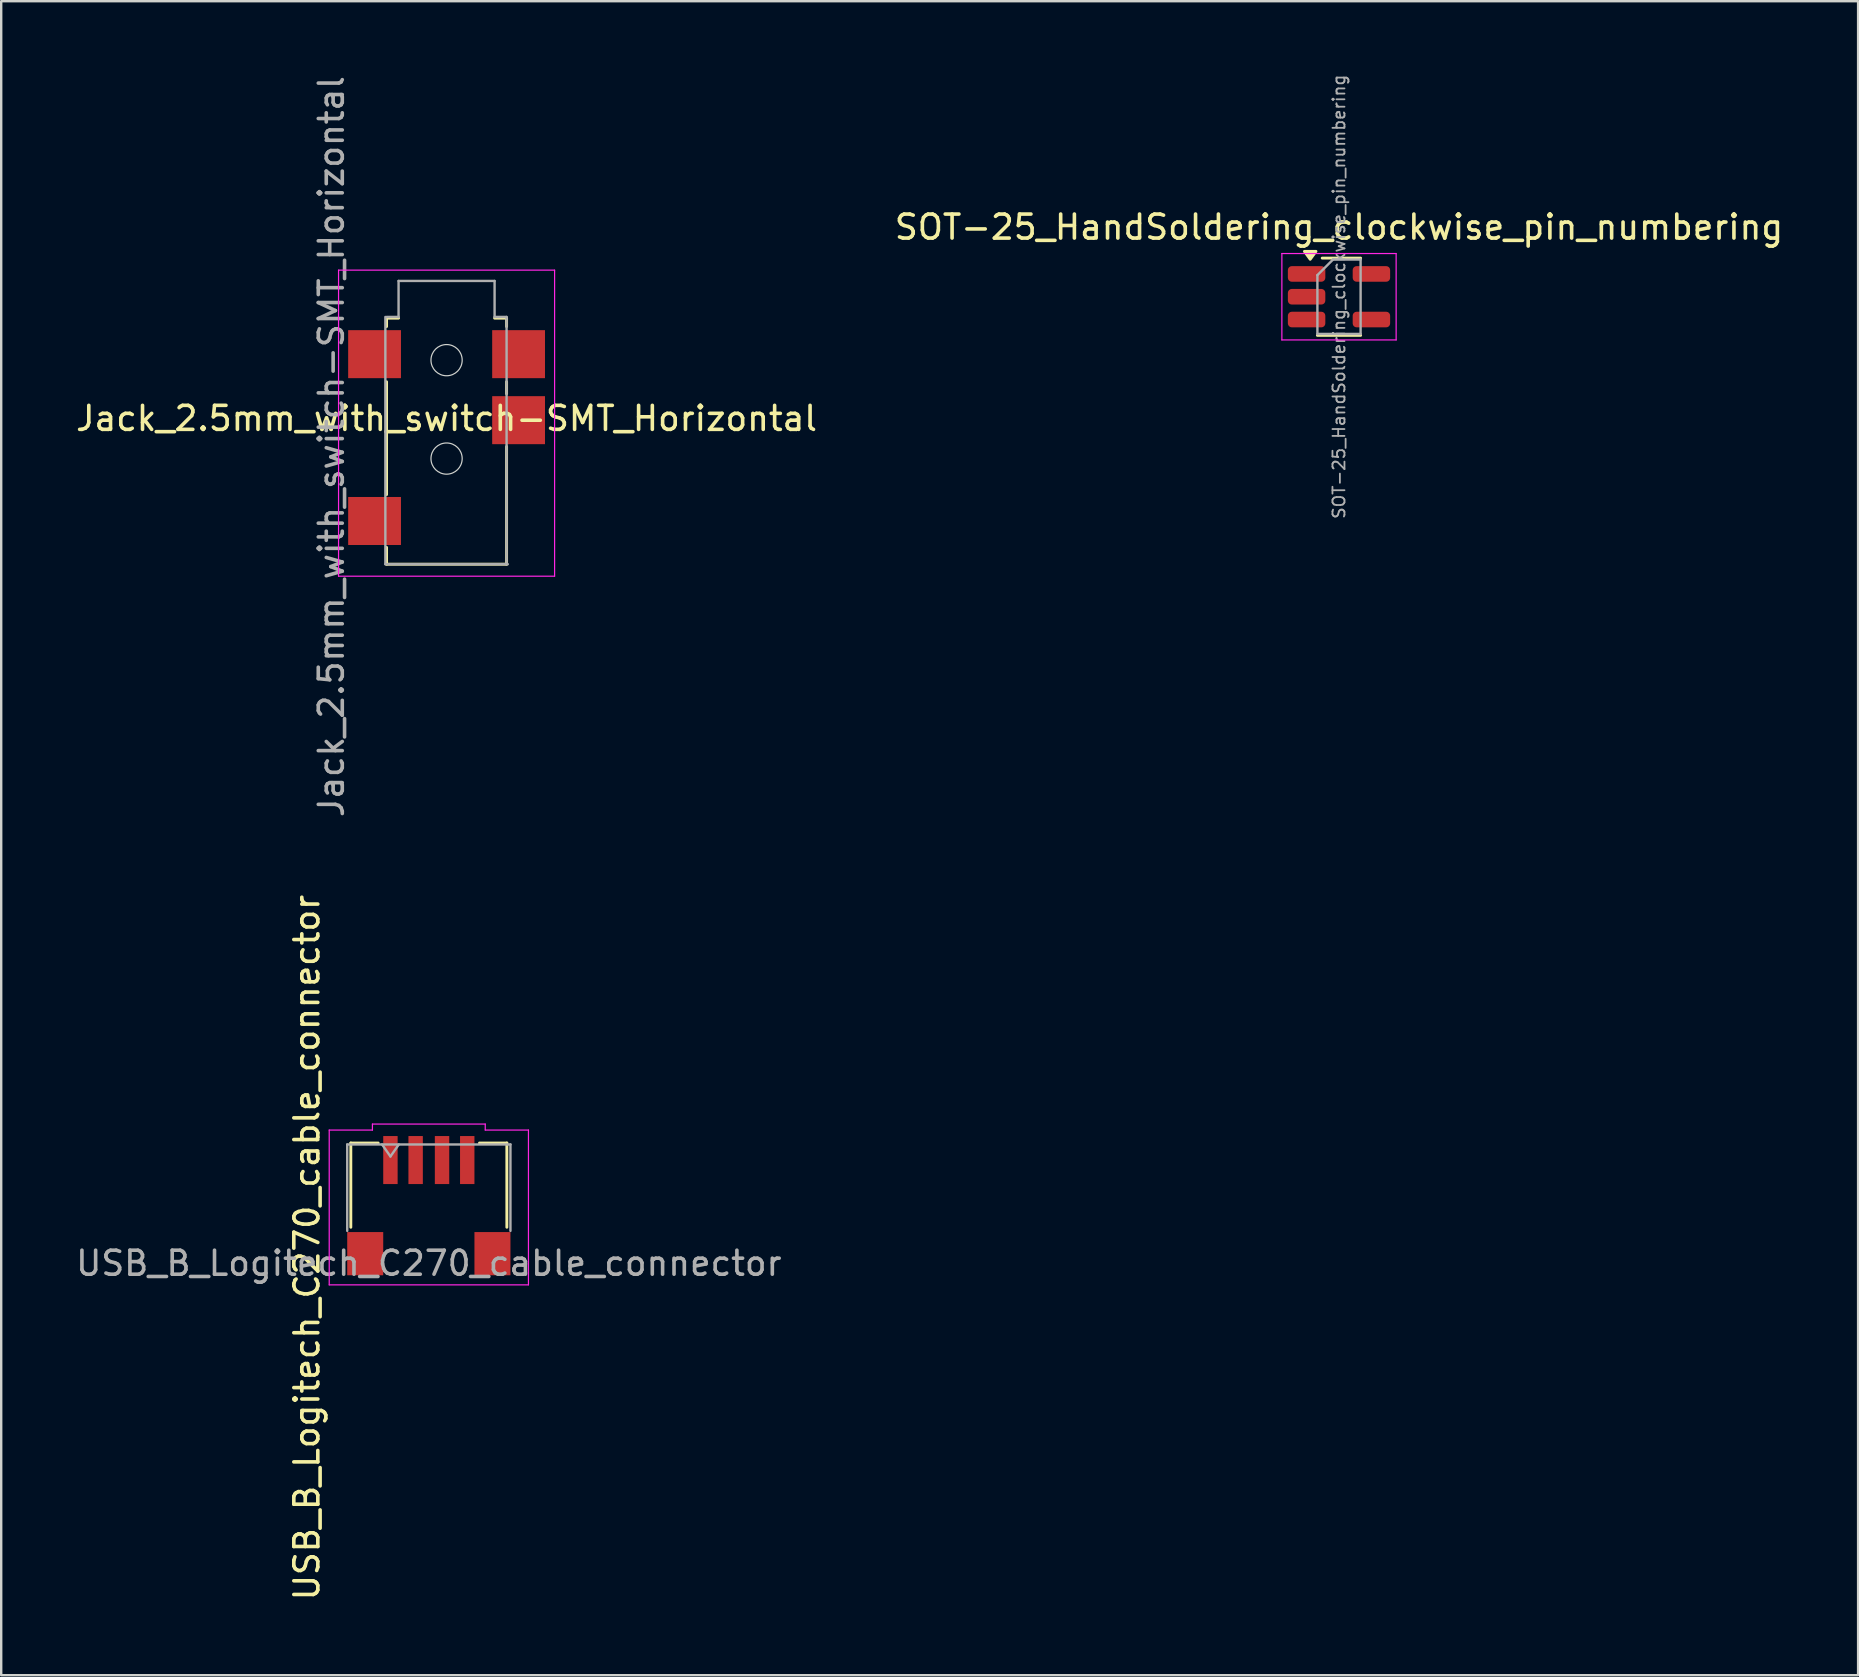
<source format=kicad_pcb>
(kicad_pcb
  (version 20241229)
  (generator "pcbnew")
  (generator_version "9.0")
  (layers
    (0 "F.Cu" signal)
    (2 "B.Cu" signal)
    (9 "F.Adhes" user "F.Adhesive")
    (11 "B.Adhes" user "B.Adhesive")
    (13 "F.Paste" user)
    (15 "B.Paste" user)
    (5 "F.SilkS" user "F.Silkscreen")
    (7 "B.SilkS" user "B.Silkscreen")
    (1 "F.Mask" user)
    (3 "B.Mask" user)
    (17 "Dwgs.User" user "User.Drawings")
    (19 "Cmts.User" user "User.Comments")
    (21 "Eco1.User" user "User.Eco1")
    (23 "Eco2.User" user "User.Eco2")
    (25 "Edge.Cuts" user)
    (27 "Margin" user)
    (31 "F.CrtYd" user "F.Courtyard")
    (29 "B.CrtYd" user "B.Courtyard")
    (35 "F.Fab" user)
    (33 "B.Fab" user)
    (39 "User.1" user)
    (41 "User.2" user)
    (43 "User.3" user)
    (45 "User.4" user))
  (footprint "Jack_2.5mm_with_switch-SMT_Horizontal"
    (layer "F.Cu")
    (at 15.554 14.454)
    (property "Reference" "Jack_2.5mm_with_switch-SMT_Horizontal" (at 0 -0.072 180) (layer "F.SilkS") (effects (font (size 1 1) (thickness 0.15))))
    (attr smd)
    (fp_line (start -2.5 -4.25) (end -2 -4.25) (stroke (width 0.12) (type solid)) (layer "F.SilkS"))
    (fp_line (start -2.5 -3.9) (end -2.5 -4.25) (stroke (width 0.12) (type solid)) (layer "F.SilkS"))
    (fp_line (start -2.5 3.1) (end -2.5 -1.6) (stroke (width 0.12) (type solid)) (layer "F.SilkS"))
    (fp_line (start -2.5 6) (end -2.5 5.3) (stroke (width 0.12) (type solid)) (layer "F.SilkS"))
    (fp_line (start 2 -4.25) (end 2.5 -4.25) (stroke (width 0.12) (type solid)) (layer "F.SilkS"))
    (fp_line (start 2.5 -4.25) (end 2.5 -3.9) (stroke (width 0.12) (type solid)) (layer "F.SilkS"))
    (fp_line (start 2.5 -1.6) (end 2.5 -1.1) (stroke (width 0.12) (type solid)) (layer "F.SilkS"))
    (fp_line (start 2.5 1.1) (end 2.5 6) (stroke (width 0.12) (type solid)) (layer "F.SilkS"))
    (fp_line (start 2.5 6) (end -2.5 6) (stroke (width 0.12) (type solid)) (layer "F.SilkS"))
    (fp_circle (center 0 -2.5) (end 0.65 -2.5) (stroke (width 0.05) (type default)) (fill no) (layer "Edge.Cuts"))
    (fp_circle (center 0 1.6) (end 0.65 1.6) (stroke (width 0.05) (type default)) (fill no) (layer "Edge.Cuts"))
    (fp_line (start -4.5 -6.25) (end 4.5 -6.25) (stroke (width 0.05) (type solid)) (layer "F.CrtYd"))
    (fp_line (start -4.5 6.5) (end -4.5 -6.25) (stroke (width 0.05) (type solid)) (layer "F.CrtYd"))
    (fp_line (start 4.5 -6.25) (end 4.5 6.5) (stroke (width 0.05) (type solid)) (layer "F.CrtYd"))
    (fp_line (start 4.5 6.5) (end -4.5 6.5) (stroke (width 0.05) (type solid)) (layer "F.CrtYd"))
    (fp_line (start -2.55 6) (end -2.55 -4.3) (stroke (width 0.1) (type solid)) (layer "F.Fab"))
    (fp_line (start -2.5 -4.3) (end -2 -4.3) (stroke (width 0.1) (type solid)) (layer "F.Fab"))
    (fp_line (start -2 -5.8) (end 2 -5.8) (stroke (width 0.1) (type solid)) (layer "F.Fab"))
    (fp_line (start -2 -4.3) (end -2 -5.8) (stroke (width 0.1) (type solid)) (layer "F.Fab"))
    (fp_line (start 2 -5.8) (end 2 -4.3) (stroke (width 0.1) (type solid)) (layer "F.Fab"))
    (fp_line (start 2 -4.3) (end 2.5 -4.3) (stroke (width 0.1) (type solid)) (layer "F.Fab"))
    (fp_line (start 2.5 -4.3) (end 2.5 6) (stroke (width 0.1) (type solid)) (layer "F.Fab"))
    (fp_line (start 2.55 6) (end -2.55 6) (stroke (width 0.1) (type solid)) (layer "F.Fab"))
    (fp_text user "${REFERENCE}" (at -4.8 1.1 270) (layer "F.Fab") (effects (font (size 1 1) (thickness 0.15))))
    (pad "R" smd rect (at 3 0) (size 2.2 2) (layers "F.Cu" "F.Mask" "F.Paste"))
    (pad "S" smd rect (at 3 -2.75) (size 2.2 2) (layers "F.Cu" "F.Mask" "F.Paste"))
    (pad "SN" smd rect (at -3 -2.75) (size 2.2 2) (layers "F.Cu" "F.Mask" "F.Paste"))
    (pad "T" smd rect (at -3 4.2) (size 2.2 2) (layers "F.Cu" "F.Mask" "F.Paste")))
  (footprint "SOT-25_HandSoldering_clockwise_pin_numbering"
    (layer "F.Cu")
    (at 52.732 9.312)
    (property "Reference" "SOT-25_HandSoldering_clockwise_pin_numbering" (at 0 -2.9 0) (layer "F.SilkS") (effects (font (size 1 1) (thickness 0.15))))
    (attr smd)
    (fp_line (start -0.9 1.61) (end 0.9 1.61) (stroke (width 0.12) (type solid)) (layer "F.SilkS"))
    (fp_line (start 0.1 -1.61) (end -0.7 -1.61) (stroke (width 0.12) (type solid)) (layer "F.SilkS"))
    (fp_line (start 0.1 -1.61) (end 0.9 -1.61) (stroke (width 0.12) (type solid)) (layer "F.SilkS"))
    (fp_poly (pts (xy -1.2 -1.56) (xy -1.44 -1.89) (xy -0.96 -1.89) (xy -1.2 -1.56)) (stroke (width 0.12) (type solid)) (fill yes) (layer "F.SilkS"))
    (fp_line (start -2.38 -1.8) (end -2.38 1.8) (stroke (width 0.05) (type solid)) (layer "F.CrtYd"))
    (fp_line (start -2.38 -1.8) (end 2.38 -1.8) (stroke (width 0.05) (type solid)) (layer "F.CrtYd"))
    (fp_line (start 2.38 1.8) (end -2.38 1.8) (stroke (width 0.05) (type solid)) (layer "F.CrtYd"))
    (fp_line (start 2.38 1.8) (end 2.38 -1.8) (stroke (width 0.05) (type solid)) (layer "F.CrtYd"))
    (fp_line (start -0.9 -0.9) (end -0.9 1.55) (stroke (width 0.1) (type solid)) (layer "F.Fab"))
    (fp_line (start -0.9 -0.9) (end -0.25 -1.55) (stroke (width 0.1) (type solid)) (layer "F.Fab"))
    (fp_line (start 0.9 -1.55) (end -0.25 -1.55) (stroke (width 0.1) (type solid)) (layer "F.Fab"))
    (fp_line (start 0.9 -1.55) (end 0.9 1.55) (stroke (width 0.1) (type solid)) (layer "F.Fab"))
    (fp_line (start 0.9 1.55) (end -0.9 1.55) (stroke (width 0.1) (type solid)) (layer "F.Fab"))
    (fp_text user "${REFERENCE}" (at 0 0 90) (layer "F.Fab") (effects (font (size 0.5 0.5) (thickness 0.075))))
    (pad "1" smd roundrect (at 1.35 -0.95) (size 1.56 0.65) (layers "F.Cu" "F.Mask" "F.Paste") (roundrect_rratio 0.25))
    (pad "2" smd roundrect (at 1.35 0.95) (size 1.56 0.65) (layers "F.Cu" "F.Mask" "F.Paste") (roundrect_rratio 0.25))
    (pad "3" smd roundrect (at -1.35 0.95) (size 1.56 0.65) (layers "F.Cu" "F.Mask" "F.Paste") (roundrect_rratio 0.25))
    (pad "4" smd roundrect (at -1.35 0) (size 1.56 0.65) (layers "F.Cu" "F.Mask" "F.Paste") (roundrect_rratio 0.25))
    (pad "5" smd roundrect (at -1.35 -0.95) (size 1.56 0.65) (layers "F.Cu" "F.Mask" "F.Paste") (roundrect_rratio 0.25)))
  (footprint "USB_B_Logitech_C270_cable_connector"
    (layer "F.Cu")
    (at 14.815 47.977)
    (property "Reference" "USB_B_Logitech_C270_cable_connector" (at -5.08 0.946 90) (layer "F.SilkS") (effects (font (size 1 1) (thickness 0.15))))
    (attr smd)
    (fp_line (start -3.25 -3.41) (end -2.11 -3.41) (stroke (width 0.12) (type solid)) (layer "F.SilkS"))
    (fp_line (start -3.25 0.1) (end -3.25 -3.41) (stroke (width 0.12) (type solid)) (layer "F.SilkS"))
    (fp_line (start 2.11 -3.41) (end 3.25 -3.41) (stroke (width 0.12) (type solid)) (layer "F.SilkS"))
    (fp_line (start 3.25 0.1) (end 3.25 -3.41) (stroke (width 0.12) (type solid)) (layer "F.SilkS"))
    (fp_line (start -4.15 -3.95) (end -4.15 2.5) (stroke (width 0.05) (type solid)) (layer "F.CrtYd"))
    (fp_line (start -4.15 -3.95) (end -2.35 -3.95) (stroke (width 0.05) (type solid)) (layer "F.CrtYd"))
    (fp_line (start -2.35 -3.95) (end -2.35 -4.2) (stroke (width 0.05) (type solid)) (layer "F.CrtYd"))
    (fp_line (start 2.35 -4.2) (end -2.35 -4.2) (stroke (width 0.05) (type solid)) (layer "F.CrtYd"))
    (fp_line (start 2.35 -3.95) (end 2.35 -4.2) (stroke (width 0.05) (type solid)) (layer "F.CrtYd"))
    (fp_line (start 4.15 -3.95) (end 2.35 -3.95) (stroke (width 0.05) (type solid)) (layer "F.CrtYd"))
    (fp_line (start 4.15 -3.95) (end 4.15 2.5) (stroke (width 0.05) (type solid)) (layer "F.CrtYd"))
    (fp_line (start 4.15 2.5) (end -4.15 2.5) (stroke (width 0.05) (type default)) (layer "F.CrtYd"))
    (fp_line (start -3.4 -3.35) (end -3.4 0.25) (stroke (width 0.1) (type solid)) (layer "F.Fab"))
    (fp_line (start -3.4 -3.35) (end 3.4 -3.35) (stroke (width 0.1) (type solid)) (layer "F.Fab"))
    (fp_line (start -1.95 -3.35) (end -1.6 -2.85) (stroke (width 0.1) (type solid)) (layer "F.Fab"))
    (fp_line (start -1.6 -2.85) (end -1.25 -3.35) (stroke (width 0.1) (type solid)) (layer "F.Fab"))
    (fp_line (start 3.4 0.25) (end 3.4 -3.35) (stroke (width 0.1) (type solid)) (layer "F.Fab"))
    (fp_text user "${REFERENCE}" (at 0 1.6 180) (layer "F.Fab") (effects (font (size 1 1) (thickness 0.15))))
    (pad "1" smd rect (at -1.6 -2.7) (size 0.6 2) (layers "F.Cu" "F.Mask" "F.Paste"))
    (pad "2" smd rect (at -0.55 -2.7) (size 0.6 2) (layers "F.Cu" "F.Mask" "F.Paste"))
    (pad "3" smd rect (at 0.55 -2.7) (size 0.6 2) (layers "F.Cu" "F.Mask" "F.Paste"))
    (pad "4" smd rect (at 1.6 -2.7) (size 0.6 2) (layers "F.Cu" "F.Mask" "F.Paste"))
    (pad "5" smd rect (at -2.65 1.2) (size 1.5 1.8) (layers "F.Cu" "F.Mask" "F.Paste"))
    (pad "5" smd rect (at 2.65 1.2) (size 1.5 1.8) (layers "F.Cu" "F.Mask" "F.Paste")))
  (gr_rect
    (start -3 -3)
    (end 74.357 66.738)
    (stroke (width 0.1) (type default))
    (fill no)
    (layer "Edge.Cuts")))
</source>
